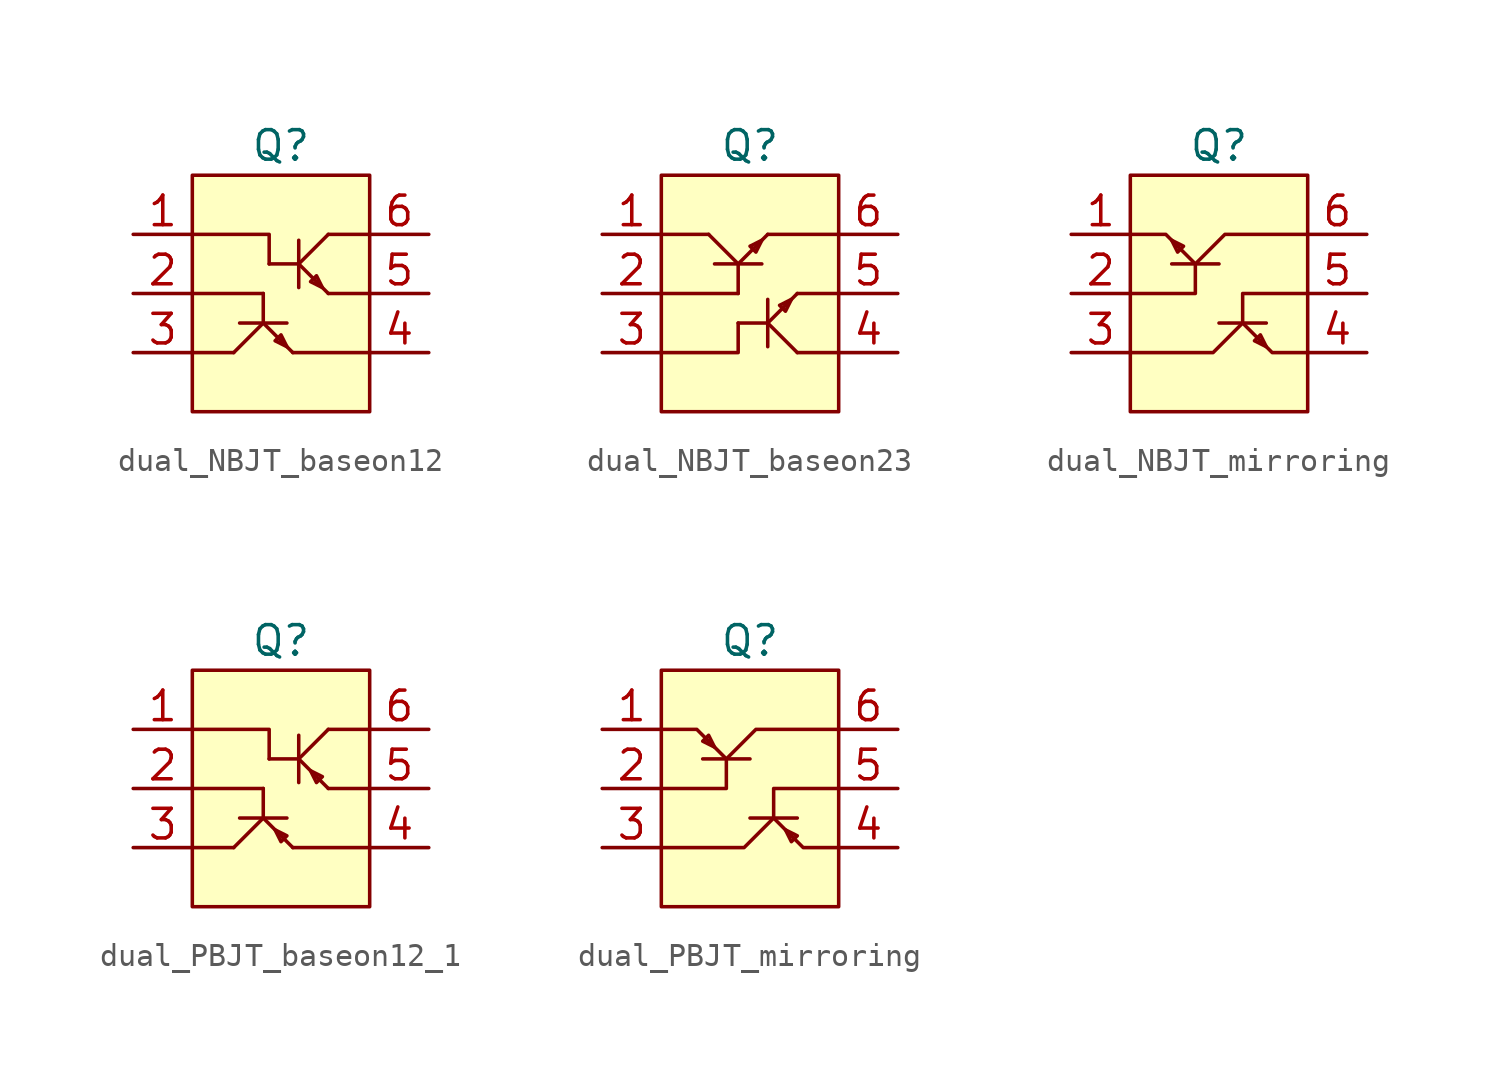
<source format=kicad_sym>
(kicad_symbol_lib
  (version 20220914)
  (generator kicad_symbol_editor)
  (symbol "dual_NBJT_baseon12"
    (property "Reference" "Q"
      (at 0 6.35 0)
      (effects (font (size 1.27 1.27))))
    (property "Value" ""
      (at -1.27 2.286 90)
      (effects (font (size 1.27 1.27))))
    (symbol "dual_NBJT_baseon12_0_1"
      (polyline (pts (xy -2.032 -2.54) (xy -3.81 -2.54)) (stroke (width 0) (type default)) (fill (type none)))
      (polyline (pts (xy -0.762 -1.27) (xy -2.032 -2.54)) (stroke (width 0) (type default)) (fill (type none)))
      (polyline (pts (xy -0.762 -1.27) (xy -0.762 0)) (stroke (width 0) (type default)) (fill (type none)))
      (polyline (pts (xy -0.762 -1.27) (xy 0.508 -2.54)) (stroke (width 0) (type default)) (fill (type none)))
      (polyline (pts (xy -0.762 0) (xy -3.81 0)) (stroke (width 0) (type default)) (fill (type none)))
      (polyline (pts (xy 0.254 -1.27) (xy -1.778 -1.27)) (stroke (width 0) (type default)) (fill (type none)))
      (polyline (pts (xy 0.762 0.254) (xy 0.762 2.286)) (stroke (width 0) (type default)) (fill (type none)))
      (polyline (pts (xy 0.762 1.27) (xy -0.508 1.27)) (stroke (width 0) (type default)) (fill (type none)))
      (polyline (pts (xy 0.762 1.27) (xy 2.032 0)) (stroke (width 0) (type default)) (fill (type none)))
      (polyline (pts (xy 0.762 1.27) (xy 2.032 2.54)) (stroke (width 0) (type default)) (fill (type none)))
      (polyline (pts (xy 2.032 2.54) (xy 3.81 2.54)) (stroke (width 0) (type default)) (fill (type none)))
      (polyline (pts (xy 3.81 -2.54) (xy 0.508 -2.54)) (stroke (width 0) (type default)) (fill (type none)))
      (polyline (pts (xy 3.81 0) (xy 2.032 0)) (stroke (width 0) (type default)) (fill (type none)))
      (polyline (pts (xy -3.81 2.54) (xy -0.508 2.54) (xy -0.508 1.27)) (stroke (width 0) (type default)) (fill (type none)))
      (polyline (pts (xy 0.254 -2.286) (xy 0 -1.778) (xy -0.254 -2.032) (xy 0.254 -2.286)) (stroke (width 0) (type default)) (fill (type none)))
      (polyline (pts (xy 1.778 0.254) (xy 1.27 0.508) (xy 1.524 0.762) (xy 1.778 0.254)) (stroke (width 0) (type default)) (fill (type none))))
    (symbol "dual_NBJT_baseon12_1_1"
      (rectangle (start -3.81 5.08) (end 3.81 -5.08) (stroke (width 0) (type default)) (fill (type background)))
      (pin passive line (at -6.35 2.54 0) (length 2.54) (name "" (effects (font (size 1.27 1.27)))) (number "1" (effects (font (size 1.27 1.27)))))
      (pin passive line (at -6.35 0 0) (length 2.54) (name "" (effects (font (size 1.27 1.27)))) (number "2" (effects (font (size 1.27 1.27)))))
      (pin passive line (at -6.35 -2.54 0) (length 2.54) (name "" (effects (font (size 1.27 1.27)))) (number "3" (effects (font (size 1.27 1.27)))))
      (pin passive line (at 6.35 -2.54 180) (length 2.54) (name "" (effects (font (size 1.27 1.27)))) (number "4" (effects (font (size 1.27 1.27)))))
      (pin passive line (at 6.35 0 180) (length 2.54) (name "" (effects (font (size 1.27 1.27)))) (number "5" (effects (font (size 1.27 1.27)))))
      (pin passive line (at 6.35 2.54 180) (length 2.54) (name "" (effects (font (size 1.27 1.27)))) (number "6" (effects (font (size 1.27 1.27)))))))
  (symbol "dual_NBJT_baseon23"
    (property "Reference" "Q"
      (at 0 6.35 0)
      (effects (font (size 1.27 1.27))))
    (property "Value" ""
      (at -1.27 2.286 90)
      (effects (font (size 1.27 1.27))))
    (symbol "dual_NBJT_baseon23_0_1"
      (polyline (pts (xy -1.778 2.54) (xy -3.81 2.54)) (stroke (width 0) (type default)) (fill (type none)))
      (polyline (pts (xy -0.508 0) (xy -3.81 0)) (stroke (width 0) (type default)) (fill (type none)))
      (polyline (pts (xy -0.508 1.27) (xy -1.778 2.54)) (stroke (width 0) (type default)) (fill (type none)))
      (polyline (pts (xy -0.508 1.27) (xy -0.508 0)) (stroke (width 0) (type default)) (fill (type none)))
      (polyline (pts (xy -0.508 1.27) (xy 0.762 2.54)) (stroke (width 0) (type default)) (fill (type none)))
      (polyline (pts (xy 0.508 1.27) (xy -1.524 1.27)) (stroke (width 0) (type default)) (fill (type none)))
      (polyline (pts (xy 0.762 -1.27) (xy -0.508 -1.27)) (stroke (width 0) (type default)) (fill (type none)))
      (polyline (pts (xy 0.762 -1.27) (xy 2.032 -2.54)) (stroke (width 0) (type default)) (fill (type none)))
      (polyline (pts (xy 0.762 -1.27) (xy 2.032 0)) (stroke (width 0) (type default)) (fill (type none)))
      (polyline (pts (xy 0.762 -0.254) (xy 0.762 -2.286)) (stroke (width 0) (type default)) (fill (type none)))
      (polyline (pts (xy 0.762 2.54) (xy 3.81 2.54)) (stroke (width 0) (type default)) (fill (type none)))
      (polyline (pts (xy 2.032 0) (xy 3.81 0)) (stroke (width 0) (type default)) (fill (type none)))
      (polyline (pts (xy 3.81 -2.54) (xy 2.032 -2.54)) (stroke (width 0) (type default)) (fill (type none)))
      (polyline (pts (xy -0.508 -1.27) (xy -0.508 -2.54) (xy -3.81 -2.54)) (stroke (width 0) (type default)) (fill (type none)))
      (polyline (pts (xy 0.508 2.286) (xy 0.254 1.778) (xy 0 2.032) (xy 0.508 2.286)) (stroke (width 0) (type default)) (fill (type none)))
      (polyline (pts (xy 1.778 -0.254) (xy 1.27 -0.508) (xy 1.524 -0.762) (xy 1.778 -0.254)) (stroke (width 0) (type default)) (fill (type none))))
    (symbol "dual_NBJT_baseon23_1_1"
      (rectangle (start -3.81 5.08) (end 3.81 -5.08) (stroke (width 0) (type default)) (fill (type background)))
      (pin passive line (at -6.35 2.54 0) (length 2.54) (name "" (effects (font (size 1.27 1.27)))) (number "1" (effects (font (size 1.27 1.27)))))
      (pin passive line (at -6.35 0 0) (length 2.54) (name "" (effects (font (size 1.27 1.27)))) (number "2" (effects (font (size 1.27 1.27)))))
      (pin passive line (at -6.35 -2.54 0) (length 2.54) (name "" (effects (font (size 1.27 1.27)))) (number "3" (effects (font (size 1.27 1.27)))))
      (pin passive line (at 6.35 -2.54 180) (length 2.54) (name "" (effects (font (size 1.27 1.27)))) (number "4" (effects (font (size 1.27 1.27)))))
      (pin passive line (at 6.35 0 180) (length 2.54) (name "" (effects (font (size 1.27 1.27)))) (number "5" (effects (font (size 1.27 1.27)))))
      (pin passive line (at 6.35 2.54 180) (length 2.54) (name "" (effects (font (size 1.27 1.27)))) (number "6" (effects (font (size 1.27 1.27)))))))
  (symbol "dual_NBJT_mirroring"
    (property "Reference" "Q"
      (at 0 6.35 0)
      (effects (font (size 1.27 1.27))))
    (property "Value" ""
      (at 0 0 0)
      (effects (font (size 1.27 1.27))))
    (symbol "dual_NBJT_mirroring_0_1"
      (polyline (pts (xy -2.032 1.27) (xy 0 1.27)) (stroke (width 0) (type default)) (fill (type none)))
      (polyline (pts (xy 2.032 -1.27) (xy 0 -1.27)) (stroke (width 0) (type default)) (fill (type none)))
      (polyline (pts (xy -3.81 0) (xy -1.016 0) (xy -1.016 1.27)) (stroke (width 0) (type default)) (fill (type none)))
      (polyline (pts (xy 3.81 0) (xy 1.016 0) (xy 1.016 -1.27)) (stroke (width 0) (type default)) (fill (type none)))
      (polyline (pts (xy -2.032 2.286) (xy -1.778 1.778) (xy -1.524 2.032) (xy -2.032 2.286)) (stroke (width 0) (type default)) (fill (type none)))
      (polyline (pts (xy 2.032 -2.286) (xy 1.778 -1.778) (xy 1.524 -2.032) (xy 2.032 -2.286)) (stroke (width 0) (type default)) (fill (type none)))
      (polyline (pts (xy -3.81 2.54) (xy -2.286 2.54) (xy -1.016 1.27) (xy 0.254 2.54) (xy 3.81 2.54)) (stroke (width 0) (type default)) (fill (type none)))
      (polyline (pts (xy 3.81 -2.54) (xy 2.286 -2.54) (xy 1.016 -1.27) (xy -0.254 -2.54) (xy -3.81 -2.54)) (stroke (width 0) (type default)) (fill (type none))))
    (symbol "dual_NBJT_mirroring_1_1"
      (rectangle (start -3.81 5.08) (end 3.81 -5.08) (stroke (width 0) (type default)) (fill (type background)))
      (pin passive line (at -6.35 2.54 0) (length 2.54) (name "" (effects (font (size 1.27 1.27)))) (number "1" (effects (font (size 1.27 1.27)))))
      (pin passive line (at -6.35 0 0) (length 2.54) (name "" (effects (font (size 1.27 1.27)))) (number "2" (effects (font (size 1.27 1.27)))))
      (pin passive line (at -6.35 -2.54 0) (length 2.54) (name "" (effects (font (size 1.27 1.27)))) (number "3" (effects (font (size 1.27 1.27)))))
      (pin passive line (at 6.35 -2.54 180) (length 2.54) (name "" (effects (font (size 1.27 1.27)))) (number "4" (effects (font (size 1.27 1.27)))))
      (pin passive line (at 6.35 0 180) (length 2.54) (name "" (effects (font (size 1.27 1.27)))) (number "5" (effects (font (size 1.27 1.27)))))
      (pin passive line (at 6.35 2.54 180) (length 2.54) (name "" (effects (font (size 1.27 1.27)))) (number "6" (effects (font (size 1.27 1.27)))))))
  (symbol "dual_PBJT_baseon12_1"
    (property "Reference" "Q"
      (at 0 6.35 0)
      (effects (font (size 1.27 1.27))))
    (property "Value" ""
      (at -1.27 2.286 90)
      (effects (font (size 1.27 1.27))))
    (symbol "dual_PBJT_baseon12_1_0_1"
      (polyline (pts (xy -2.032 -2.54) (xy -3.81 -2.54)) (stroke (width 0) (type default)) (fill (type none)))
      (polyline (pts (xy -0.762 -1.27) (xy -2.032 -2.54)) (stroke (width 0) (type default)) (fill (type none)))
      (polyline (pts (xy -0.762 -1.27) (xy -0.762 0)) (stroke (width 0) (type default)) (fill (type none)))
      (polyline (pts (xy -0.762 -1.27) (xy 0.508 -2.54)) (stroke (width 0) (type default)) (fill (type none)))
      (polyline (pts (xy -0.762 0) (xy -3.81 0)) (stroke (width 0) (type default)) (fill (type none)))
      (polyline (pts (xy 0.254 -1.27) (xy -1.778 -1.27)) (stroke (width 0) (type default)) (fill (type none)))
      (polyline (pts (xy 0.762 0.254) (xy 0.762 2.286)) (stroke (width 0) (type default)) (fill (type none)))
      (polyline (pts (xy 0.762 1.27) (xy -0.508 1.27)) (stroke (width 0) (type default)) (fill (type none)))
      (polyline (pts (xy 0.762 1.27) (xy 2.032 0)) (stroke (width 0) (type default)) (fill (type none)))
      (polyline (pts (xy 0.762 1.27) (xy 2.032 2.54)) (stroke (width 0) (type default)) (fill (type none)))
      (polyline (pts (xy 2.032 2.54) (xy 3.81 2.54)) (stroke (width 0) (type default)) (fill (type none)))
      (polyline (pts (xy 3.81 -2.54) (xy 0.508 -2.54)) (stroke (width 0) (type default)) (fill (type none)))
      (polyline (pts (xy 3.81 0) (xy 2.032 0)) (stroke (width 0) (type default)) (fill (type none)))
      (polyline (pts (xy -3.81 2.54) (xy -0.508 2.54) (xy -0.508 1.27)) (stroke (width 0) (type default)) (fill (type none)))
      (polyline (pts (xy -0.254 -1.778) (xy 0 -2.286) (xy 0.254 -2.032) (xy -0.254 -1.778)) (stroke (width 0) (type default)) (fill (type none)))
      (polyline (pts (xy 1.27 0.762) (xy 1.778 0.508) (xy 1.524 0.254) (xy 1.27 0.762)) (stroke (width 0) (type default)) (fill (type none))))
    (symbol "dual_PBJT_baseon12_1_1_1"
      (rectangle (start -3.81 5.08) (end 3.81 -5.08) (stroke (width 0) (type default)) (fill (type background)))
      (pin passive line (at -6.35 2.54 0) (length 2.54) (name "" (effects (font (size 1.27 1.27)))) (number "1" (effects (font (size 1.27 1.27)))))
      (pin passive line (at -6.35 0 0) (length 2.54) (name "" (effects (font (size 1.27 1.27)))) (number "2" (effects (font (size 1.27 1.27)))))
      (pin passive line (at -6.35 -2.54 0) (length 2.54) (name "" (effects (font (size 1.27 1.27)))) (number "3" (effects (font (size 1.27 1.27)))))
      (pin passive line (at 6.35 -2.54 180) (length 2.54) (name "" (effects (font (size 1.27 1.27)))) (number "4" (effects (font (size 1.27 1.27)))))
      (pin passive line (at 6.35 0 180) (length 2.54) (name "" (effects (font (size 1.27 1.27)))) (number "5" (effects (font (size 1.27 1.27)))))
      (pin passive line (at 6.35 2.54 180) (length 2.54) (name "" (effects (font (size 1.27 1.27)))) (number "6" (effects (font (size 1.27 1.27)))))))
  (symbol "dual_PBJT_mirroring"
    (property "Reference" "Q"
      (at 0 6.35 0)
      (effects (font (size 1.27 1.27))))
    (property "Value" ""
      (at 0 0 0)
      (effects (font (size 1.27 1.27))))
    (symbol "dual_PBJT_mirroring_0_1"
      (polyline (pts (xy -2.032 1.27) (xy 0 1.27)) (stroke (width 0) (type default)) (fill (type none)))
      (polyline (pts (xy 2.032 -1.27) (xy 0 -1.27)) (stroke (width 0) (type default)) (fill (type none)))
      (polyline (pts (xy -3.81 0) (xy -1.016 0) (xy -1.016 1.27)) (stroke (width 0) (type default)) (fill (type none)))
      (polyline (pts (xy 3.81 0) (xy 1.016 0) (xy 1.016 -1.27)) (stroke (width 0) (type default)) (fill (type none)))
      (polyline (pts (xy -1.524 1.778) (xy -1.778 2.286) (xy -2.032 2.032) (xy -1.524 1.778)) (stroke (width 0) (type default)) (fill (type none)))
      (polyline (pts (xy 1.524 -1.778) (xy 1.778 -2.286) (xy 2.032 -2.032) (xy 1.524 -1.778)) (stroke (width 0) (type default)) (fill (type none)))
      (polyline (pts (xy -3.81 2.54) (xy -2.286 2.54) (xy -1.016 1.27) (xy 0.254 2.54) (xy 3.81 2.54)) (stroke (width 0) (type default)) (fill (type none)))
      (polyline (pts (xy 3.81 -2.54) (xy 2.286 -2.54) (xy 1.016 -1.27) (xy -0.254 -2.54) (xy -3.81 -2.54)) (stroke (width 0) (type default)) (fill (type none))))
    (symbol "dual_PBJT_mirroring_1_1"
      (rectangle (start -3.81 5.08) (end 3.81 -5.08) (stroke (width 0) (type default)) (fill (type background)))
      (pin passive line (at -6.35 2.54 0) (length 2.54) (name "" (effects (font (size 1.27 1.27)))) (number "1" (effects (font (size 1.27 1.27)))))
      (pin passive line (at -6.35 0 0) (length 2.54) (name "" (effects (font (size 1.27 1.27)))) (number "2" (effects (font (size 1.27 1.27)))))
      (pin passive line (at -6.35 -2.54 0) (length 2.54) (name "" (effects (font (size 1.27 1.27)))) (number "3" (effects (font (size 1.27 1.27)))))
      (pin passive line (at 6.35 -2.54 180) (length 2.54) (name "" (effects (font (size 1.27 1.27)))) (number "4" (effects (font (size 1.27 1.27)))))
      (pin passive line (at 6.35 0 180) (length 2.54) (name "" (effects (font (size 1.27 1.27)))) (number "5" (effects (font (size 1.27 1.27)))))
      (pin passive line (at 6.35 2.54 180) (length 2.54) (name "" (effects (font (size 1.27 1.27)))) (number "6" (effects (font (size 1.27 1.27))))))))
</source>
